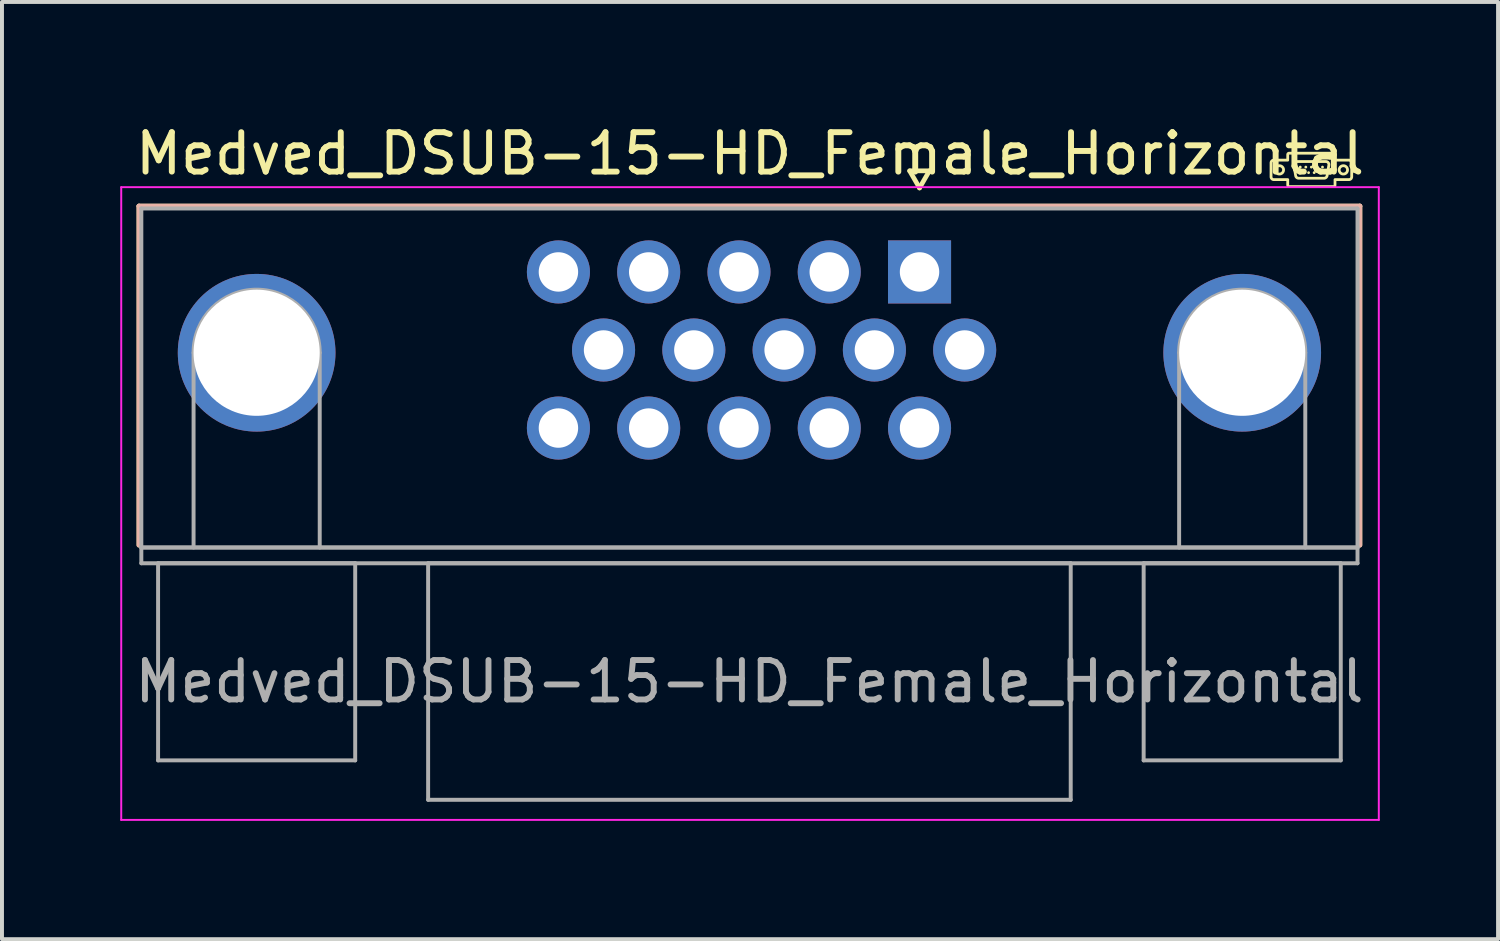
<source format=kicad_pcb>
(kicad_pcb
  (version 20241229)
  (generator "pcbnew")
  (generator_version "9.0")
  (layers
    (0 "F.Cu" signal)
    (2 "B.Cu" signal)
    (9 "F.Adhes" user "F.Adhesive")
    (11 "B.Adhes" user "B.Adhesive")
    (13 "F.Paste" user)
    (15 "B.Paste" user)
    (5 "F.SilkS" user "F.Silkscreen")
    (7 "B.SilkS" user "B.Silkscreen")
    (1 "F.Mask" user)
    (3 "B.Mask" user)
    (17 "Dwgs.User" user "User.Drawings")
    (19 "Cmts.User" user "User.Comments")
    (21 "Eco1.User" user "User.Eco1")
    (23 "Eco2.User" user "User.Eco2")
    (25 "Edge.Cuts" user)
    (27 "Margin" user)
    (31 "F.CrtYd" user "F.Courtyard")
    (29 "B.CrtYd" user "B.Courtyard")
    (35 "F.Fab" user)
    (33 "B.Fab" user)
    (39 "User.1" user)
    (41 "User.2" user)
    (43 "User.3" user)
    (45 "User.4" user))
  (footprint "Medved_DSUB-15-HD_Female_Horizontal"
    (layer "F.Cu")
    (at 20.275 3.848)
    (property "Reference" "Medved_DSUB-15-HD_Female_Horizontal" (at -4.3 -3 0) (layer "F.SilkS") (effects (font (size 1 1) (thickness 0.15))))
    (attr through_hole)
    (fp_line (start -19.8 -1.67) (end 11.17 -1.67) (stroke (width 0.12) (type solid)) (layer "F.SilkS"))
    (fp_line (start -19.8 6.93) (end -19.8 -1.67) (stroke (width 0.12) (type solid)) (layer "F.SilkS"))
    (fp_line (start -0.25 -2.564) (end 0.25 -2.564) (stroke (width 0.12) (type solid)) (layer "F.SilkS"))
    (fp_line (start 0 -2.131) (end -0.25 -2.564) (stroke (width 0.12) (type solid)) (layer "F.SilkS"))
    (fp_line (start 0.25 -2.564) (end 0 -2.131) (stroke (width 0.12) (type solid)) (layer "F.SilkS"))
    (fp_line (start 11.17 -1.67) (end 11.17 6.93) (stroke (width 0.12) (type solid)) (layer "F.SilkS"))
    (fp_poly (pts (xy 9.659 -2.695) (xy 9.661 -2.695) (xy 9.663 -2.694) (xy 9.664 -2.694) (xy 9.666 -2.694) (xy 9.668 -2.693) (xy 9.669 -2.693) (xy 9.671 -2.692) (xy 9.672 -2.691) (xy 9.674 -2.69) (xy 9.675 -2.69) (xy 9.677 -2.689) (xy 9.678 -2.688) (xy 9.68 -2.687) (xy 9.681 -2.686) (xy 9.682 -2.684) (xy 9.683 -2.683) (xy 9.684 -2.682) (xy 9.685 -2.681) (xy 9.686 -2.679) (xy 9.687 -2.678) (xy 9.688 -2.676) (xy 9.689 -2.675) (xy 9.69 -2.673) (xy 9.69 -2.672) (xy 9.691 -2.67) (xy 9.691 -2.668) (xy 9.692 -2.667) (xy 9.692 -2.665) (xy 9.692 -2.663) (xy 9.692 -2.661) (xy 9.692 -2.659) (xy 9.692 -2.658) (xy 9.692 -2.656) (xy 9.692 -2.654) (xy 9.692 -2.652) (xy 9.691 -2.651) (xy 9.691 -2.649) (xy 9.69 -2.647) (xy 9.69 -2.646) (xy 9.689 -2.644) (xy 9.688 -2.643) (xy 9.687 -2.641) (xy 9.686 -2.64) (xy 9.685 -2.638) (xy 9.684 -2.637) (xy 9.683 -2.636) (xy 9.682 -2.634) (xy 9.681 -2.633) (xy 9.68 -2.632) (xy 9.678 -2.631) (xy 9.677 -2.63) (xy 9.675 -2.629) (xy 9.674 -2.628) (xy 9.672 -2.628) (xy 9.671 -2.627) (xy 9.669 -2.626) (xy 9.668 -2.626) (xy 9.666 -2.625) (xy 9.664 -2.625) (xy 9.663 -2.625) (xy 9.661 -2.624) (xy 9.659 -2.624) (xy 9.657 -2.624) (xy 9.655 -2.624) (xy 9.654 -2.624) (xy 9.652 -2.625) (xy 9.65 -2.625) (xy 9.648 -2.625) (xy 9.647 -2.626) (xy 9.645 -2.626) (xy 9.643 -2.627) (xy 9.642 -2.628) (xy 9.64 -2.628) (xy 9.639 -2.629) (xy 9.637 -2.63) (xy 9.636 -2.631) (xy 9.635 -2.632) (xy 9.633 -2.633) (xy 9.632 -2.634) (xy 9.631 -2.636) (xy 9.63 -2.637) (xy 9.629 -2.638) (xy 9.628 -2.64) (xy 9.627 -2.641) (xy 9.626 -2.643) (xy 9.625 -2.644) (xy 9.625 -2.646) (xy 9.624 -2.647) (xy 9.623 -2.649) (xy 9.623 -2.651) (xy 9.623 -2.652) (xy 9.622 -2.654) (xy 9.622 -2.656) (xy 9.622 -2.658) (xy 9.622 -2.659) (xy 9.622 -2.661) (xy 9.622 -2.663) (xy 9.622 -2.665) (xy 9.623 -2.667) (xy 9.623 -2.668) (xy 9.623 -2.67) (xy 9.624 -2.672) (xy 9.625 -2.673) (xy 9.625 -2.675) (xy 9.626 -2.676) (xy 9.627 -2.678) (xy 9.628 -2.679) (xy 9.629 -2.681) (xy 9.63 -2.682) (xy 9.631 -2.683) (xy 9.632 -2.684) (xy 9.633 -2.686) (xy 9.635 -2.687) (xy 9.636 -2.688) (xy 9.637 -2.689) (xy 9.639 -2.69) (xy 9.64 -2.69) (xy 9.642 -2.691) (xy 9.643 -2.692) (xy 9.645 -2.693) (xy 9.647 -2.693) (xy 9.648 -2.694) (xy 9.65 -2.694) (xy 9.652 -2.694) (xy 9.654 -2.695) (xy 9.655 -2.695) (xy 9.657 -2.695)) (stroke (width -0.000001) (type solid)) (fill yes) (layer "F.SilkS"))
    (fp_poly (pts (xy 9.73 -2.554) (xy 9.731 -2.553) (xy 9.733 -2.553) (xy 9.735 -2.553) (xy 9.737 -2.553) (xy 9.738 -2.552) (xy 9.74 -2.551) (xy 9.741 -2.551) (xy 9.743 -2.55) (xy 9.745 -2.549) (xy 9.746 -2.549) (xy 9.747 -2.548) (xy 9.749 -2.547) (xy 9.75 -2.546) (xy 9.751 -2.544) (xy 9.753 -2.543) (xy 9.754 -2.542) (xy 9.755 -2.541) (xy 9.756 -2.539) (xy 9.757 -2.538) (xy 9.758 -2.537) (xy 9.759 -2.535) (xy 9.759 -2.534) (xy 9.76 -2.532) (xy 9.761 -2.53) (xy 9.761 -2.529) (xy 9.762 -2.527) (xy 9.762 -2.525) (xy 9.763 -2.524) (xy 9.763 -2.522) (xy 9.763 -2.52) (xy 9.763 -2.518) (xy 9.763 -2.517) (xy 9.763 -2.515) (xy 9.763 -2.513) (xy 9.762 -2.511) (xy 9.762 -2.51) (xy 9.761 -2.508) (xy 9.761 -2.506) (xy 9.76 -2.505) (xy 9.759 -2.503) (xy 9.759 -2.502) (xy 9.758 -2.5) (xy 9.757 -2.499) (xy 9.756 -2.497) (xy 9.755 -2.496) (xy 9.754 -2.495) (xy 9.753 -2.493) (xy 9.751 -2.492) (xy 9.75 -2.491) (xy 9.749 -2.49) (xy 9.747 -2.489) (xy 9.746 -2.488) (xy 9.745 -2.487) (xy 9.743 -2.487) (xy 9.741 -2.486) (xy 9.74 -2.485) (xy 9.738 -2.485) (xy 9.737 -2.484) (xy 9.735 -2.484) (xy 9.733 -2.483) (xy 9.731 -2.483) (xy 9.73 -2.483) (xy 9.728 -2.483) (xy 9.726 -2.483) (xy 9.724 -2.483) (xy 9.722 -2.483) (xy 9.721 -2.484) (xy 9.719 -2.484) (xy 9.717 -2.485) (xy 9.716 -2.485) (xy 9.714 -2.486) (xy 9.712 -2.487) (xy 9.711 -2.487) (xy 9.709 -2.488) (xy 9.708 -2.489) (xy 9.707 -2.49) (xy 9.705 -2.491) (xy 9.704 -2.492) (xy 9.703 -2.493) (xy 9.702 -2.495) (xy 9.7 -2.496) (xy 9.699 -2.497) (xy 9.698 -2.499) (xy 9.698 -2.5) (xy 9.697 -2.502) (xy 9.696 -2.503) (xy 9.695 -2.505) (xy 9.695 -2.506) (xy 9.694 -2.508) (xy 9.694 -2.51) (xy 9.693 -2.511) (xy 9.693 -2.513) (xy 9.693 -2.515) (xy 9.692 -2.517) (xy 9.692 -2.518) (xy 9.692 -2.52) (xy 9.693 -2.522) (xy 9.693 -2.524) (xy 9.693 -2.525) (xy 9.694 -2.527) (xy 9.694 -2.529) (xy 9.695 -2.53) (xy 9.695 -2.532) (xy 9.696 -2.534) (xy 9.697 -2.535) (xy 9.698 -2.537) (xy 9.698 -2.538) (xy 9.699 -2.539) (xy 9.7 -2.541) (xy 9.702 -2.542) (xy 9.703 -2.543) (xy 9.704 -2.544) (xy 9.705 -2.546) (xy 9.707 -2.547) (xy 9.708 -2.548) (xy 9.709 -2.549) (xy 9.711 -2.549) (xy 9.712 -2.55) (xy 9.714 -2.551) (xy 9.716 -2.551) (xy 9.717 -2.552) (xy 9.719 -2.553) (xy 9.721 -2.553) (xy 9.722 -2.553) (xy 9.724 -2.553) (xy 9.726 -2.554) (xy 9.728 -2.554)) (stroke (width -0.000001) (type solid)) (fill yes) (layer "F.SilkS"))
    (fp_poly (pts (xy 9.8 -2.695) (xy 9.802 -2.695) (xy 9.804 -2.694) (xy 9.805 -2.694) (xy 9.807 -2.694) (xy 9.809 -2.693) (xy 9.81 -2.693) (xy 9.812 -2.692) (xy 9.814 -2.691) (xy 9.815 -2.69) (xy 9.817 -2.69) (xy 9.818 -2.689) (xy 9.819 -2.688) (xy 9.821 -2.687) (xy 9.822 -2.686) (xy 9.823 -2.684) (xy 9.824 -2.683) (xy 9.825 -2.682) (xy 9.827 -2.681) (xy 9.828 -2.679) (xy 9.828 -2.678) (xy 9.829 -2.676) (xy 9.83 -2.675) (xy 9.831 -2.673) (xy 9.831 -2.672) (xy 9.832 -2.67) (xy 9.832 -2.668) (xy 9.833 -2.667) (xy 9.833 -2.665) (xy 9.833 -2.663) (xy 9.833 -2.661) (xy 9.834 -2.659) (xy 9.833 -2.658) (xy 9.833 -2.656) (xy 9.833 -2.654) (xy 9.833 -2.652) (xy 9.832 -2.651) (xy 9.832 -2.649) (xy 9.831 -2.647) (xy 9.831 -2.646) (xy 9.83 -2.644) (xy 9.829 -2.643) (xy 9.828 -2.641) (xy 9.828 -2.64) (xy 9.827 -2.638) (xy 9.825 -2.637) (xy 9.824 -2.636) (xy 9.823 -2.634) (xy 9.822 -2.633) (xy 9.821 -2.632) (xy 9.819 -2.631) (xy 9.818 -2.63) (xy 9.817 -2.629) (xy 9.815 -2.628) (xy 9.814 -2.628) (xy 9.812 -2.627) (xy 9.81 -2.626) (xy 9.809 -2.626) (xy 9.807 -2.625) (xy 9.805 -2.625) (xy 9.804 -2.625) (xy 9.802 -2.624) (xy 9.8 -2.624) (xy 9.798 -2.624) (xy 9.796 -2.624) (xy 9.795 -2.624) (xy 9.793 -2.625) (xy 9.791 -2.625) (xy 9.789 -2.625) (xy 9.788 -2.626) (xy 9.786 -2.626) (xy 9.785 -2.627) (xy 9.783 -2.628) (xy 9.781 -2.628) (xy 9.78 -2.629) (xy 9.779 -2.63) (xy 9.777 -2.631) (xy 9.776 -2.632) (xy 9.775 -2.633) (xy 9.773 -2.634) (xy 9.772 -2.636) (xy 9.771 -2.637) (xy 9.77 -2.638) (xy 9.769 -2.64) (xy 9.768 -2.641) (xy 9.767 -2.643) (xy 9.766 -2.644) (xy 9.766 -2.646) (xy 9.765 -2.647) (xy 9.765 -2.649) (xy 9.764 -2.651) (xy 9.764 -2.652) (xy 9.763 -2.654) (xy 9.763 -2.656) (xy 9.763 -2.658) (xy 9.763 -2.659) (xy 9.763 -2.661) (xy 9.763 -2.663) (xy 9.763 -2.665) (xy 9.764 -2.667) (xy 9.764 -2.668) (xy 9.765 -2.67) (xy 9.765 -2.672) (xy 9.766 -2.673) (xy 9.766 -2.675) (xy 9.767 -2.676) (xy 9.768 -2.678) (xy 9.769 -2.679) (xy 9.77 -2.681) (xy 9.771 -2.682) (xy 9.772 -2.683) (xy 9.773 -2.684) (xy 9.775 -2.686) (xy 9.776 -2.687) (xy 9.777 -2.688) (xy 9.779 -2.689) (xy 9.78 -2.69) (xy 9.781 -2.69) (xy 9.783 -2.691) (xy 9.785 -2.692) (xy 9.786 -2.693) (xy 9.788 -2.693) (xy 9.789 -2.694) (xy 9.791 -2.694) (xy 9.793 -2.694) (xy 9.795 -2.695) (xy 9.796 -2.695) (xy 9.798 -2.695)) (stroke (width -0.000001) (type solid)) (fill yes) (layer "F.SilkS"))
    (fp_poly (pts (xy 9.871 -2.554) (xy 9.872 -2.553) (xy 9.874 -2.553) (xy 9.876 -2.553) (xy 9.878 -2.553) (xy 9.879 -2.552) (xy 9.881 -2.551) (xy 9.883 -2.551) (xy 9.884 -2.55) (xy 9.886 -2.549) (xy 9.887 -2.549) (xy 9.889 -2.548) (xy 9.89 -2.547) (xy 9.891 -2.546) (xy 9.893 -2.544) (xy 9.894 -2.543) (xy 9.895 -2.542) (xy 9.896 -2.541) (xy 9.897 -2.539) (xy 9.898 -2.538) (xy 9.899 -2.537) (xy 9.9 -2.535) (xy 9.901 -2.534) (xy 9.901 -2.532) (xy 9.902 -2.53) (xy 9.902 -2.529) (xy 9.903 -2.527) (xy 9.903 -2.525) (xy 9.904 -2.524) (xy 9.904 -2.522) (xy 9.904 -2.52) (xy 9.904 -2.518) (xy 9.904 -2.517) (xy 9.904 -2.515) (xy 9.904 -2.513) (xy 9.903 -2.511) (xy 9.903 -2.51) (xy 9.902 -2.508) (xy 9.902 -2.506) (xy 9.901 -2.505) (xy 9.901 -2.503) (xy 9.9 -2.502) (xy 9.899 -2.5) (xy 9.898 -2.499) (xy 9.897 -2.497) (xy 9.896 -2.496) (xy 9.895 -2.495) (xy 9.894 -2.493) (xy 9.893 -2.492) (xy 9.891 -2.491) (xy 9.89 -2.49) (xy 9.889 -2.489) (xy 9.887 -2.488) (xy 9.886 -2.487) (xy 9.884 -2.487) (xy 9.883 -2.486) (xy 9.881 -2.485) (xy 9.879 -2.485) (xy 9.878 -2.484) (xy 9.876 -2.484) (xy 9.874 -2.483) (xy 9.872 -2.483) (xy 9.871 -2.483) (xy 9.869 -2.483) (xy 9.867 -2.483) (xy 9.865 -2.483) (xy 9.863 -2.483) (xy 9.862 -2.484) (xy 9.86 -2.484) (xy 9.858 -2.485) (xy 9.857 -2.485) (xy 9.855 -2.486) (xy 9.853 -2.487) (xy 9.852 -2.487) (xy 9.85 -2.488) (xy 9.849 -2.489) (xy 9.848 -2.49) (xy 9.846 -2.491) (xy 9.845 -2.492) (xy 9.844 -2.493) (xy 9.843 -2.495) (xy 9.842 -2.496) (xy 9.841 -2.497) (xy 9.84 -2.499) (xy 9.839 -2.5) (xy 9.838 -2.502) (xy 9.837 -2.503) (xy 9.836 -2.505) (xy 9.836 -2.506) (xy 9.835 -2.508) (xy 9.835 -2.51) (xy 9.834 -2.511) (xy 9.834 -2.513) (xy 9.834 -2.515) (xy 9.834 -2.517) (xy 9.834 -2.518) (xy 9.834 -2.52) (xy 9.834 -2.522) (xy 9.834 -2.524) (xy 9.834 -2.525) (xy 9.835 -2.527) (xy 9.835 -2.529) (xy 9.836 -2.53) (xy 9.836 -2.532) (xy 9.837 -2.534) (xy 9.838 -2.535) (xy 9.839 -2.537) (xy 9.84 -2.538) (xy 9.841 -2.539) (xy 9.842 -2.541) (xy 9.843 -2.542) (xy 9.844 -2.543) (xy 9.845 -2.544) (xy 9.846 -2.546) (xy 9.848 -2.547) (xy 9.849 -2.548) (xy 9.85 -2.549) (xy 9.852 -2.549) (xy 9.853 -2.55) (xy 9.855 -2.551) (xy 9.857 -2.551) (xy 9.858 -2.552) (xy 9.86 -2.553) (xy 9.862 -2.553) (xy 9.863 -2.553) (xy 9.865 -2.553) (xy 9.867 -2.554) (xy 9.869 -2.554)) (stroke (width -0.000001) (type solid)) (fill yes) (layer "F.SilkS"))
    (fp_poly (pts (xy 9.941 -2.695) (xy 9.943 -2.695) (xy 9.945 -2.694) (xy 9.946 -2.694) (xy 9.948 -2.694) (xy 9.95 -2.693) (xy 9.951 -2.693) (xy 9.953 -2.692) (xy 9.955 -2.691) (xy 9.956 -2.69) (xy 9.958 -2.69) (xy 9.959 -2.689) (xy 9.96 -2.688) (xy 9.962 -2.687) (xy 9.963 -2.686) (xy 9.964 -2.684) (xy 9.965 -2.683) (xy 9.967 -2.682) (xy 9.968 -2.681) (xy 9.969 -2.679) (xy 9.97 -2.678) (xy 9.97 -2.676) (xy 9.971 -2.675) (xy 9.972 -2.673) (xy 9.972 -2.672) (xy 9.973 -2.67) (xy 9.974 -2.668) (xy 9.974 -2.667) (xy 9.974 -2.665) (xy 9.974 -2.663) (xy 9.975 -2.661) (xy 9.975 -2.659) (xy 9.975 -2.658) (xy 9.974 -2.656) (xy 9.974 -2.654) (xy 9.974 -2.652) (xy 9.974 -2.651) (xy 9.973 -2.649) (xy 9.972 -2.647) (xy 9.972 -2.646) (xy 9.971 -2.644) (xy 9.97 -2.643) (xy 9.97 -2.641) (xy 9.969 -2.64) (xy 9.968 -2.638) (xy 9.967 -2.637) (xy 9.965 -2.636) (xy 9.964 -2.634) (xy 9.963 -2.633) (xy 9.962 -2.632) (xy 9.96 -2.631) (xy 9.959 -2.63) (xy 9.958 -2.629) (xy 9.956 -2.628) (xy 9.955 -2.628) (xy 9.953 -2.627) (xy 9.951 -2.626) (xy 9.95 -2.626) (xy 9.948 -2.625) (xy 9.946 -2.625) (xy 9.945 -2.625) (xy 9.943 -2.624) (xy 9.941 -2.624) (xy 9.939 -2.624) (xy 9.938 -2.624) (xy 9.936 -2.624) (xy 9.934 -2.625) (xy 9.932 -2.625) (xy 9.931 -2.625) (xy 9.929 -2.626) (xy 9.927 -2.626) (xy 9.926 -2.627) (xy 9.924 -2.628) (xy 9.923 -2.628) (xy 9.921 -2.629) (xy 9.92 -2.63) (xy 9.918 -2.631) (xy 9.917 -2.632) (xy 9.916 -2.633) (xy 9.914 -2.634) (xy 9.913 -2.636) (xy 9.912 -2.637) (xy 9.911 -2.638) (xy 9.91 -2.64) (xy 9.909 -2.641) (xy 9.908 -2.643) (xy 9.908 -2.644) (xy 9.907 -2.646) (xy 9.906 -2.647) (xy 9.906 -2.649) (xy 9.905 -2.651) (xy 9.905 -2.652) (xy 9.904 -2.654) (xy 9.904 -2.656) (xy 9.904 -2.658) (xy 9.904 -2.659) (xy 9.904 -2.661) (xy 9.904 -2.663) (xy 9.904 -2.665) (xy 9.905 -2.667) (xy 9.905 -2.668) (xy 9.906 -2.67) (xy 9.906 -2.672) (xy 9.907 -2.673) (xy 9.908 -2.675) (xy 9.908 -2.676) (xy 9.909 -2.678) (xy 9.91 -2.679) (xy 9.911 -2.681) (xy 9.912 -2.682) (xy 9.913 -2.683) (xy 9.914 -2.684) (xy 9.916 -2.686) (xy 9.917 -2.687) (xy 9.918 -2.688) (xy 9.92 -2.689) (xy 9.921 -2.69) (xy 9.923 -2.69) (xy 9.924 -2.691) (xy 9.926 -2.692) (xy 9.927 -2.693) (xy 9.929 -2.693) (xy 9.931 -2.694) (xy 9.932 -2.694) (xy 9.934 -2.694) (xy 9.936 -2.695) (xy 9.938 -2.695) (xy 9.939 -2.695)) (stroke (width -0.000001) (type solid)) (fill yes) (layer "F.SilkS"))
    (fp_poly (pts (xy 10.012 -2.554) (xy 10.014 -2.553) (xy 10.015 -2.553) (xy 10.017 -2.553) (xy 10.019 -2.553) (xy 10.02 -2.552) (xy 10.022 -2.551) (xy 10.024 -2.551) (xy 10.025 -2.55) (xy 10.027 -2.549) (xy 10.028 -2.549) (xy 10.03 -2.548) (xy 10.031 -2.547) (xy 10.032 -2.546) (xy 10.034 -2.544) (xy 10.035 -2.543) (xy 10.036 -2.542) (xy 10.037 -2.541) (xy 10.038 -2.539) (xy 10.039 -2.538) (xy 10.04 -2.537) (xy 10.041 -2.535) (xy 10.042 -2.534) (xy 10.042 -2.532) (xy 10.043 -2.53) (xy 10.044 -2.529) (xy 10.044 -2.527) (xy 10.044 -2.525) (xy 10.045 -2.524) (xy 10.045 -2.522) (xy 10.045 -2.52) (xy 10.045 -2.518) (xy 10.045 -2.517) (xy 10.045 -2.515) (xy 10.045 -2.513) (xy 10.044 -2.511) (xy 10.044 -2.51) (xy 10.044 -2.508) (xy 10.043 -2.506) (xy 10.042 -2.505) (xy 10.042 -2.503) (xy 10.041 -2.502) (xy 10.04 -2.5) (xy 10.039 -2.499) (xy 10.038 -2.497) (xy 10.037 -2.496) (xy 10.036 -2.495) (xy 10.035 -2.493) (xy 10.034 -2.492) (xy 10.032 -2.491) (xy 10.031 -2.49) (xy 10.03 -2.489) (xy 10.028 -2.488) (xy 10.027 -2.487) (xy 10.025 -2.487) (xy 10.024 -2.486) (xy 10.022 -2.485) (xy 10.02 -2.485) (xy 10.019 -2.484) (xy 10.017 -2.484) (xy 10.015 -2.483) (xy 10.014 -2.483) (xy 10.012 -2.483) (xy 10.01 -2.483) (xy 10.008 -2.483) (xy 10.006 -2.483) (xy 10.005 -2.483) (xy 10.003 -2.484) (xy 10.001 -2.484) (xy 9.999 -2.485) (xy 9.998 -2.485) (xy 9.996 -2.486) (xy 9.995 -2.487) (xy 9.993 -2.487) (xy 9.992 -2.488) (xy 9.99 -2.489) (xy 9.989 -2.49) (xy 9.987 -2.491) (xy 9.986 -2.492) (xy 9.985 -2.493) (xy 9.984 -2.495) (xy 9.983 -2.496) (xy 9.982 -2.497) (xy 9.981 -2.499) (xy 9.98 -2.5) (xy 9.979 -2.502) (xy 9.978 -2.503) (xy 9.977 -2.505) (xy 9.977 -2.506) (xy 9.976 -2.508) (xy 9.976 -2.51) (xy 9.975 -2.511) (xy 9.975 -2.513) (xy 9.975 -2.515) (xy 9.975 -2.517) (xy 9.975 -2.518) (xy 9.975 -2.52) (xy 9.975 -2.522) (xy 9.975 -2.524) (xy 9.975 -2.525) (xy 9.976 -2.527) (xy 9.976 -2.529) (xy 9.977 -2.53) (xy 9.977 -2.532) (xy 9.978 -2.534) (xy 9.979 -2.535) (xy 9.98 -2.537) (xy 9.981 -2.538) (xy 9.982 -2.539) (xy 9.983 -2.541) (xy 9.984 -2.542) (xy 9.985 -2.543) (xy 9.986 -2.544) (xy 9.987 -2.546) (xy 9.989 -2.547) (xy 9.99 -2.548) (xy 9.992 -2.549) (xy 9.993 -2.549) (xy 9.995 -2.55) (xy 9.996 -2.551) (xy 9.998 -2.551) (xy 9.999 -2.552) (xy 10.001 -2.553) (xy 10.003 -2.553) (xy 10.005 -2.553) (xy 10.006 -2.553) (xy 10.008 -2.554) (xy 10.01 -2.554)) (stroke (width -0.000001) (type solid)) (fill yes) (layer "F.SilkS"))
    (fp_poly (pts (xy 10.082 -2.695) (xy 10.084 -2.695) (xy 10.086 -2.694) (xy 10.088 -2.694) (xy 10.089 -2.694) (xy 10.091 -2.693) (xy 10.093 -2.693) (xy 10.094 -2.692) (xy 10.096 -2.691) (xy 10.097 -2.69) (xy 10.099 -2.69) (xy 10.1 -2.689) (xy 10.102 -2.688) (xy 10.103 -2.687) (xy 10.104 -2.686) (xy 10.105 -2.684) (xy 10.107 -2.683) (xy 10.108 -2.682) (xy 10.109 -2.681) (xy 10.11 -2.679) (xy 10.111 -2.678) (xy 10.111 -2.676) (xy 10.112 -2.675) (xy 10.113 -2.673) (xy 10.114 -2.672) (xy 10.114 -2.67) (xy 10.115 -2.668) (xy 10.115 -2.667) (xy 10.115 -2.665) (xy 10.116 -2.663) (xy 10.116 -2.661) (xy 10.116 -2.659) (xy 10.116 -2.658) (xy 10.116 -2.656) (xy 10.115 -2.654) (xy 10.115 -2.652) (xy 10.115 -2.651) (xy 10.114 -2.649) (xy 10.114 -2.647) (xy 10.113 -2.646) (xy 10.112 -2.644) (xy 10.111 -2.643) (xy 10.111 -2.641) (xy 10.11 -2.64) (xy 10.109 -2.638) (xy 10.108 -2.637) (xy 10.107 -2.636) (xy 10.105 -2.634) (xy 10.104 -2.633) (xy 10.103 -2.632) (xy 10.102 -2.631) (xy 10.1 -2.63) (xy 10.099 -2.629) (xy 10.097 -2.628) (xy 10.096 -2.628) (xy 10.094 -2.627) (xy 10.093 -2.626) (xy 10.091 -2.626) (xy 10.089 -2.625) (xy 10.088 -2.625) (xy 10.086 -2.625) (xy 10.084 -2.624) (xy 10.082 -2.624) (xy 10.08 -2.624) (xy 10.079 -2.624) (xy 10.077 -2.624) (xy 10.075 -2.625) (xy 10.073 -2.625) (xy 10.072 -2.625) (xy 10.07 -2.626) (xy 10.068 -2.626) (xy 10.067 -2.627) (xy 10.065 -2.628) (xy 10.064 -2.628) (xy 10.062 -2.629) (xy 10.061 -2.63) (xy 10.059 -2.631) (xy 10.058 -2.632) (xy 10.057 -2.633) (xy 10.056 -2.634) (xy 10.054 -2.636) (xy 10.053 -2.637) (xy 10.052 -2.638) (xy 10.051 -2.64) (xy 10.05 -2.641) (xy 10.049 -2.643) (xy 10.049 -2.644) (xy 10.048 -2.646) (xy 10.047 -2.647) (xy 10.047 -2.649) (xy 10.046 -2.651) (xy 10.046 -2.652) (xy 10.046 -2.654) (xy 10.045 -2.656) (xy 10.045 -2.658) (xy 10.045 -2.659) (xy 10.045 -2.661) (xy 10.045 -2.663) (xy 10.046 -2.665) (xy 10.046 -2.667) (xy 10.046 -2.668) (xy 10.047 -2.67) (xy 10.047 -2.672) (xy 10.048 -2.673) (xy 10.049 -2.675) (xy 10.049 -2.676) (xy 10.05 -2.678) (xy 10.051 -2.679) (xy 10.052 -2.681) (xy 10.053 -2.682) (xy 10.054 -2.683) (xy 10.056 -2.684) (xy 10.057 -2.686) (xy 10.058 -2.687) (xy 10.059 -2.688) (xy 10.061 -2.689) (xy 10.062 -2.69) (xy 10.064 -2.69) (xy 10.065 -2.691) (xy 10.067 -2.692) (xy 10.068 -2.693) (xy 10.07 -2.693) (xy 10.072 -2.694) (xy 10.073 -2.694) (xy 10.075 -2.694) (xy 10.077 -2.695) (xy 10.079 -2.695) (xy 10.08 -2.695)) (stroke (width -0.000001) (type solid)) (fill yes) (layer "F.SilkS"))
    (fp_poly (pts (xy 10.153 -2.554) (xy 10.155 -2.553) (xy 10.156 -2.553) (xy 10.158 -2.553) (xy 10.16 -2.553) (xy 10.162 -2.552) (xy 10.163 -2.551) (xy 10.165 -2.551) (xy 10.166 -2.55) (xy 10.168 -2.549) (xy 10.169 -2.549) (xy 10.171 -2.548) (xy 10.172 -2.547) (xy 10.173 -2.546) (xy 10.175 -2.544) (xy 10.176 -2.543) (xy 10.177 -2.542) (xy 10.178 -2.541) (xy 10.179 -2.539) (xy 10.18 -2.538) (xy 10.181 -2.537) (xy 10.182 -2.535) (xy 10.183 -2.534) (xy 10.184 -2.532) (xy 10.184 -2.53) (xy 10.185 -2.529) (xy 10.185 -2.527) (xy 10.186 -2.525) (xy 10.186 -2.524) (xy 10.186 -2.522) (xy 10.186 -2.52) (xy 10.186 -2.518) (xy 10.186 -2.517) (xy 10.186 -2.515) (xy 10.186 -2.513) (xy 10.186 -2.511) (xy 10.185 -2.51) (xy 10.185 -2.508) (xy 10.184 -2.506) (xy 10.184 -2.505) (xy 10.183 -2.503) (xy 10.182 -2.502) (xy 10.181 -2.5) (xy 10.18 -2.499) (xy 10.179 -2.497) (xy 10.178 -2.496) (xy 10.177 -2.495) (xy 10.176 -2.493) (xy 10.175 -2.492) (xy 10.173 -2.491) (xy 10.172 -2.49) (xy 10.171 -2.489) (xy 10.169 -2.488) (xy 10.168 -2.487) (xy 10.166 -2.487) (xy 10.165 -2.486) (xy 10.163 -2.485) (xy 10.162 -2.485) (xy 10.16 -2.484) (xy 10.158 -2.484) (xy 10.156 -2.483) (xy 10.155 -2.483) (xy 10.153 -2.483) (xy 10.151 -2.483) (xy 10.149 -2.483) (xy 10.147 -2.483) (xy 10.146 -2.483) (xy 10.144 -2.484) (xy 10.142 -2.484) (xy 10.141 -2.485) (xy 10.139 -2.485) (xy 10.137 -2.486) (xy 10.136 -2.487) (xy 10.134 -2.487) (xy 10.133 -2.488) (xy 10.131 -2.489) (xy 10.13 -2.49) (xy 10.129 -2.491) (xy 10.127 -2.492) (xy 10.126 -2.493) (xy 10.125 -2.495) (xy 10.124 -2.496) (xy 10.123 -2.497) (xy 10.122 -2.499) (xy 10.121 -2.5) (xy 10.12 -2.502) (xy 10.119 -2.503) (xy 10.119 -2.505) (xy 10.118 -2.506) (xy 10.117 -2.508) (xy 10.117 -2.51) (xy 10.116 -2.511) (xy 10.116 -2.513) (xy 10.116 -2.515) (xy 10.116 -2.517) (xy 10.116 -2.518) (xy 10.116 -2.52) (xy 10.116 -2.522) (xy 10.116 -2.524) (xy 10.116 -2.525) (xy 10.117 -2.527) (xy 10.117 -2.529) (xy 10.118 -2.53) (xy 10.119 -2.532) (xy 10.119 -2.534) (xy 10.12 -2.535) (xy 10.121 -2.537) (xy 10.122 -2.538) (xy 10.123 -2.539) (xy 10.124 -2.541) (xy 10.125 -2.542) (xy 10.126 -2.543) (xy 10.127 -2.544) (xy 10.129 -2.546) (xy 10.13 -2.547) (xy 10.131 -2.548) (xy 10.133 -2.549) (xy 10.134 -2.549) (xy 10.136 -2.55) (xy 10.137 -2.551) (xy 10.139 -2.551) (xy 10.141 -2.552) (xy 10.142 -2.553) (xy 10.144 -2.553) (xy 10.146 -2.553) (xy 10.147 -2.553) (xy 10.149 -2.554) (xy 10.151 -2.554)) (stroke (width -0.000001) (type solid)) (fill yes) (layer "F.SilkS"))
    (fp_poly (pts (xy 10.223 -2.695) (xy 10.225 -2.695) (xy 10.227 -2.694) (xy 10.229 -2.694) (xy 10.23 -2.694) (xy 10.232 -2.693) (xy 10.234 -2.693) (xy 10.235 -2.692) (xy 10.237 -2.691) (xy 10.238 -2.69) (xy 10.24 -2.69) (xy 10.241 -2.689) (xy 10.243 -2.688) (xy 10.244 -2.687) (xy 10.245 -2.686) (xy 10.247 -2.684) (xy 10.248 -2.683) (xy 10.249 -2.682) (xy 10.25 -2.681) (xy 10.251 -2.679) (xy 10.252 -2.678) (xy 10.253 -2.676) (xy 10.253 -2.675) (xy 10.254 -2.673) (xy 10.255 -2.672) (xy 10.255 -2.67) (xy 10.256 -2.668) (xy 10.256 -2.667) (xy 10.256 -2.665) (xy 10.257 -2.663) (xy 10.257 -2.661) (xy 10.257 -2.659) (xy 10.257 -2.658) (xy 10.257 -2.656) (xy 10.256 -2.654) (xy 10.256 -2.652) (xy 10.256 -2.651) (xy 10.255 -2.649) (xy 10.255 -2.647) (xy 10.254 -2.646) (xy 10.253 -2.644) (xy 10.253 -2.643) (xy 10.252 -2.641) (xy 10.251 -2.64) (xy 10.25 -2.638) (xy 10.249 -2.637) (xy 10.248 -2.636) (xy 10.247 -2.634) (xy 10.245 -2.633) (xy 10.244 -2.632) (xy 10.243 -2.631) (xy 10.241 -2.63) (xy 10.24 -2.629) (xy 10.238 -2.628) (xy 10.237 -2.628) (xy 10.235 -2.627) (xy 10.234 -2.626) (xy 10.232 -2.626) (xy 10.23 -2.625) (xy 10.229 -2.625) (xy 10.227 -2.625) (xy 10.225 -2.624) (xy 10.223 -2.624) (xy 10.222 -2.624) (xy 10.22 -2.624) (xy 10.218 -2.624) (xy 10.216 -2.625) (xy 10.214 -2.625) (xy 10.213 -2.625) (xy 10.211 -2.626) (xy 10.209 -2.626) (xy 10.208 -2.627) (xy 10.206 -2.628) (xy 10.205 -2.628) (xy 10.203 -2.629) (xy 10.202 -2.63) (xy 10.2 -2.631) (xy 10.199 -2.632) (xy 10.198 -2.633) (xy 10.197 -2.634) (xy 10.195 -2.636) (xy 10.194 -2.637) (xy 10.193 -2.638) (xy 10.192 -2.64) (xy 10.191 -2.641) (xy 10.191 -2.643) (xy 10.19 -2.644) (xy 10.189 -2.646) (xy 10.188 -2.647) (xy 10.188 -2.649) (xy 10.187 -2.651) (xy 10.187 -2.652) (xy 10.187 -2.654) (xy 10.186 -2.656) (xy 10.186 -2.658) (xy 10.186 -2.659) (xy 10.186 -2.661) (xy 10.186 -2.663) (xy 10.187 -2.665) (xy 10.187 -2.667) (xy 10.187 -2.668) (xy 10.188 -2.67) (xy 10.188 -2.672) (xy 10.189 -2.673) (xy 10.19 -2.675) (xy 10.191 -2.676) (xy 10.191 -2.678) (xy 10.192 -2.679) (xy 10.193 -2.681) (xy 10.194 -2.682) (xy 10.195 -2.683) (xy 10.197 -2.684) (xy 10.198 -2.686) (xy 10.199 -2.687) (xy 10.2 -2.688) (xy 10.202 -2.689) (xy 10.203 -2.69) (xy 10.205 -2.69) (xy 10.206 -2.691) (xy 10.208 -2.692) (xy 10.209 -2.693) (xy 10.211 -2.693) (xy 10.213 -2.694) (xy 10.214 -2.694) (xy 10.216 -2.694) (xy 10.218 -2.695) (xy 10.22 -2.695) (xy 10.222 -2.695)) (stroke (width -0.000001) (type solid)) (fill yes) (layer "F.SilkS"))
    (fp_poly (pts (xy 9.135 -2.73) (xy 9.142 -2.729) (xy 9.149 -2.728) (xy 9.156 -2.727) (xy 9.163 -2.726) (xy 9.17 -2.724) (xy 9.176 -2.721) (xy 9.183 -2.719) (xy 9.189 -2.716) (xy 9.195 -2.713) (xy 9.201 -2.71) (xy 9.207 -2.706) (xy 9.212 -2.702) (xy 9.218 -2.698) (xy 9.223 -2.693) (xy 9.228 -2.689) (xy 9.232 -2.684) (xy 9.237 -2.679) (xy 9.241 -2.673) (xy 9.245 -2.668) (xy 9.249 -2.662) (xy 9.252 -2.656) (xy 9.255 -2.65) (xy 9.258 -2.644) (xy 9.261 -2.637) (xy 9.263 -2.631) (xy 9.265 -2.624) (xy 9.266 -2.617) (xy 9.267 -2.61) (xy 9.268 -2.603) (xy 9.269 -2.596) (xy 9.269 -2.589) (xy 9.269 -2.582) (xy 9.268 -2.574) (xy 9.267 -2.567) (xy 9.266 -2.56) (xy 9.265 -2.554) (xy 9.263 -2.547) (xy 9.261 -2.54) (xy 9.258 -2.534) (xy 9.255 -2.528) (xy 9.252 -2.522) (xy 9.249 -2.516) (xy 9.245 -2.51) (xy 9.241 -2.504) (xy 9.237 -2.499) (xy 9.232 -2.494) (xy 9.228 -2.489) (xy 9.223 -2.484) (xy 9.218 -2.48) (xy 9.212 -2.476) (xy 9.207 -2.472) (xy 9.201 -2.468) (xy 9.195 -2.465) (xy 9.189 -2.462) (xy 9.183 -2.459) (xy 9.176 -2.456) (xy 9.17 -2.454) (xy 9.163 -2.452) (xy 9.156 -2.451) (xy 9.149 -2.449) (xy 9.142 -2.449) (xy 9.135 -2.448) (xy 9.128 -2.448) (xy 9.121 -2.448) (xy 9.114 -2.449) (xy 9.106 -2.449) (xy 9.1 -2.451) (xy 9.093 -2.452) (xy 9.086 -2.454) (xy 9.079 -2.456) (xy 9.073 -2.459) (xy 9.067 -2.462) (xy 9.061 -2.465) (xy 9.055 -2.468) (xy 9.049 -2.472) (xy 9.044 -2.476) (xy 9.038 -2.48) (xy 9.033 -2.484) (xy 9.028 -2.489) (xy 9.024 -2.494) (xy 9.019 -2.499) (xy 9.015 -2.504) (xy 9.011 -2.51) (xy 9.007 -2.516) (xy 9.004 -2.522) (xy 9.001 -2.528) (xy 8.998 -2.534) (xy 8.995 -2.54) (xy 8.993 -2.547) (xy 8.991 -2.554) (xy 8.99 -2.56) (xy 8.988 -2.567) (xy 8.988 -2.574) (xy 8.987 -2.582) (xy 8.987 -2.589) (xy 9.057 -2.589) (xy 9.058 -2.585) (xy 9.058 -2.582) (xy 9.058 -2.578) (xy 9.059 -2.575) (xy 9.06 -2.571) (xy 9.061 -2.568) (xy 9.062 -2.565) (xy 9.063 -2.561) (xy 9.064 -2.558) (xy 9.066 -2.555) (xy 9.068 -2.552) (xy 9.069 -2.549) (xy 9.071 -2.547) (xy 9.074 -2.544) (xy 9.076 -2.541) (xy 9.078 -2.539) (xy 9.081 -2.537) (xy 9.083 -2.534) (xy 9.086 -2.532) (xy 9.089 -2.53) (xy 9.091 -2.529) (xy 9.094 -2.527) (xy 9.097 -2.525) (xy 9.101 -2.524) (xy 9.104 -2.523) (xy 9.107 -2.522) (xy 9.11 -2.521) (xy 9.114 -2.52) (xy 9.117 -2.519) (xy 9.121 -2.519) (xy 9.124 -2.518) (xy 9.128 -2.518) (xy 9.132 -2.518) (xy 9.135 -2.519) (xy 9.139 -2.519) (xy 9.142 -2.52) (xy 9.146 -2.521) (xy 9.149 -2.522) (xy 9.152 -2.523) (xy 9.155 -2.524) (xy 9.159 -2.525) (xy 9.162 -2.527) (xy 9.165 -2.529) (xy 9.167 -2.53) (xy 9.17 -2.532) (xy 9.173 -2.534) (xy 9.175 -2.537) (xy 9.178 -2.539) (xy 9.18 -2.541) (xy 9.182 -2.544) (xy 9.185 -2.547) (xy 9.186 -2.549) (xy 9.188 -2.552) (xy 9.19 -2.555) (xy 9.192 -2.558) (xy 9.193 -2.561) (xy 9.194 -2.565) (xy 9.195 -2.568) (xy 9.196 -2.571) (xy 9.197 -2.575) (xy 9.198 -2.578) (xy 9.198 -2.582) (xy 9.198 -2.585) (xy 9.199 -2.589) (xy 9.198 -2.593) (xy 9.198 -2.596) (xy 9.198 -2.6) (xy 9.197 -2.603) (xy 9.196 -2.607) (xy 9.195 -2.61) (xy 9.194 -2.613) (xy 9.193 -2.616) (xy 9.192 -2.619) (xy 9.19 -2.623) (xy 9.188 -2.625) (xy 9.186 -2.628) (xy 9.185 -2.631) (xy 9.182 -2.634) (xy 9.18 -2.636) (xy 9.178 -2.639) (xy 9.175 -2.641) (xy 9.173 -2.643) (xy 9.17 -2.645) (xy 9.167 -2.647) (xy 9.165 -2.649) (xy 9.162 -2.651) (xy 9.159 -2.652) (xy 9.155 -2.654) (xy 9.152 -2.655) (xy 9.149 -2.656) (xy 9.146 -2.657) (xy 9.142 -2.658) (xy 9.139 -2.659) (xy 9.135 -2.659) (xy 9.132 -2.659) (xy 9.128 -2.659) (xy 9.124 -2.659) (xy 9.121 -2.659) (xy 9.117 -2.659) (xy 9.114 -2.658) (xy 9.11 -2.657) (xy 9.107 -2.656) (xy 9.104 -2.655) (xy 9.101 -2.654) (xy 9.097 -2.652) (xy 9.094 -2.651) (xy 9.091 -2.649) (xy 9.089 -2.647) (xy 9.086 -2.645) (xy 9.083 -2.643) (xy 9.081 -2.641) (xy 9.078 -2.639) (xy 9.076 -2.636) (xy 9.074 -2.634) (xy 9.071 -2.631) (xy 9.069 -2.628) (xy 9.068 -2.625) (xy 9.066 -2.623) (xy 9.064 -2.619) (xy 9.063 -2.616) (xy 9.062 -2.613) (xy 9.061 -2.61) (xy 9.06 -2.607) (xy 9.059 -2.603) (xy 9.058 -2.6) (xy 9.058 -2.596) (xy 9.058 -2.593) (xy 9.057 -2.589) (xy 8.987 -2.589) (xy 8.987 -2.596) (xy 8.988 -2.603) (xy 8.988 -2.61) (xy 8.99 -2.617) (xy 8.991 -2.624) (xy 8.993 -2.631) (xy 8.995 -2.637) (xy 8.998 -2.644) (xy 9.001 -2.65) (xy 9.004 -2.656) (xy 9.007 -2.662) (xy 9.011 -2.668) (xy 9.015 -2.673) (xy 9.019 -2.679) (xy 9.024 -2.684) (xy 9.028 -2.689) (xy 9.033 -2.693) (xy 9.038 -2.698) (xy 9.044 -2.702) (xy 9.049 -2.706) (xy 9.055 -2.71) (xy 9.061 -2.713) (xy 9.067 -2.716) (xy 9.073 -2.719) (xy 9.079 -2.721) (xy 9.086 -2.724) (xy 9.093 -2.726) (xy 9.1 -2.727) (xy 9.106 -2.728) (xy 9.114 -2.729) (xy 9.121 -2.73) (xy 9.128 -2.73)) (stroke (width -0.000001) (type solid)) (fill yes) (layer "F.SilkS"))
    (fp_poly (pts (xy 10.758 -2.73) (xy 10.765 -2.729) (xy 10.772 -2.728) (xy 10.779 -2.727) (xy 10.786 -2.726) (xy 10.793 -2.724) (xy 10.799 -2.721) (xy 10.806 -2.719) (xy 10.812 -2.716) (xy 10.818 -2.713) (xy 10.824 -2.71) (xy 10.83 -2.706) (xy 10.835 -2.702) (xy 10.841 -2.698) (xy 10.846 -2.693) (xy 10.851 -2.689) (xy 10.855 -2.684) (xy 10.86 -2.679) (xy 10.864 -2.673) (xy 10.868 -2.668) (xy 10.871 -2.662) (xy 10.875 -2.656) (xy 10.878 -2.65) (xy 10.881 -2.644) (xy 10.883 -2.637) (xy 10.886 -2.631) (xy 10.887 -2.624) (xy 10.889 -2.617) (xy 10.89 -2.61) (xy 10.891 -2.603) (xy 10.892 -2.596) (xy 10.892 -2.589) (xy 10.892 -2.582) (xy 10.891 -2.574) (xy 10.89 -2.567) (xy 10.889 -2.56) (xy 10.887 -2.554) (xy 10.886 -2.547) (xy 10.883 -2.54) (xy 10.881 -2.534) (xy 10.878 -2.528) (xy 10.875 -2.522) (xy 10.871 -2.516) (xy 10.868 -2.51) (xy 10.864 -2.504) (xy 10.86 -2.499) (xy 10.855 -2.494) (xy 10.851 -2.489) (xy 10.846 -2.484) (xy 10.841 -2.48) (xy 10.835 -2.476) (xy 10.83 -2.472) (xy 10.824 -2.468) (xy 10.818 -2.465) (xy 10.812 -2.462) (xy 10.806 -2.459) (xy 10.799 -2.456) (xy 10.793 -2.454) (xy 10.786 -2.452) (xy 10.779 -2.451) (xy 10.772 -2.449) (xy 10.765 -2.449) (xy 10.758 -2.448) (xy 10.751 -2.448) (xy 10.743 -2.448) (xy 10.736 -2.449) (xy 10.729 -2.449) (xy 10.722 -2.451) (xy 10.715 -2.452) (xy 10.709 -2.454) (xy 10.702 -2.456) (xy 10.696 -2.459) (xy 10.69 -2.462) (xy 10.683 -2.465) (xy 10.678 -2.468) (xy 10.672 -2.472) (xy 10.666 -2.476) (xy 10.661 -2.48) (xy 10.656 -2.484) (xy 10.651 -2.489) (xy 10.646 -2.494) (xy 10.642 -2.499) (xy 10.638 -2.504) (xy 10.634 -2.51) (xy 10.63 -2.516) (xy 10.627 -2.522) (xy 10.624 -2.528) (xy 10.621 -2.534) (xy 10.618 -2.54) (xy 10.616 -2.547) (xy 10.614 -2.554) (xy 10.613 -2.56) (xy 10.611 -2.567) (xy 10.61 -2.574) (xy 10.61 -2.582) (xy 10.61 -2.589) (xy 10.68 -2.589) (xy 10.68 -2.585) (xy 10.681 -2.582) (xy 10.681 -2.578) (xy 10.682 -2.575) (xy 10.682 -2.571) (xy 10.683 -2.568) (xy 10.684 -2.565) (xy 10.686 -2.561) (xy 10.687 -2.558) (xy 10.689 -2.555) (xy 10.69 -2.552) (xy 10.692 -2.549) (xy 10.694 -2.547) (xy 10.696 -2.544) (xy 10.699 -2.541) (xy 10.701 -2.539) (xy 10.703 -2.537) (xy 10.706 -2.534) (xy 10.709 -2.532) (xy 10.711 -2.53) (xy 10.714 -2.529) (xy 10.717 -2.527) (xy 10.72 -2.525) (xy 10.723 -2.524) (xy 10.726 -2.523) (xy 10.73 -2.522) (xy 10.733 -2.521) (xy 10.737 -2.52) (xy 10.74 -2.519) (xy 10.744 -2.519) (xy 10.747 -2.518) (xy 10.751 -2.518) (xy 10.754 -2.518) (xy 10.758 -2.519) (xy 10.761 -2.519) (xy 10.765 -2.52) (xy 10.768 -2.521) (xy 10.772 -2.522) (xy 10.775 -2.523) (xy 10.778 -2.524) (xy 10.781 -2.525) (xy 10.784 -2.527) (xy 10.787 -2.529) (xy 10.79 -2.53) (xy 10.793 -2.532) (xy 10.796 -2.534) (xy 10.798 -2.537) (xy 10.801 -2.539) (xy 10.803 -2.541) (xy 10.805 -2.544) (xy 10.807 -2.547) (xy 10.809 -2.549) (xy 10.811 -2.552) (xy 10.813 -2.555) (xy 10.814 -2.558) (xy 10.816 -2.561) (xy 10.817 -2.565) (xy 10.818 -2.568) (xy 10.819 -2.571) (xy 10.82 -2.575) (xy 10.82 -2.578) (xy 10.821 -2.582) (xy 10.821 -2.585) (xy 10.821 -2.589) (xy 10.821 -2.593) (xy 10.821 -2.596) (xy 10.82 -2.6) (xy 10.82 -2.603) (xy 10.819 -2.607) (xy 10.818 -2.61) (xy 10.817 -2.613) (xy 10.816 -2.616) (xy 10.814 -2.619) (xy 10.813 -2.623) (xy 10.811 -2.625) (xy 10.809 -2.628) (xy 10.807 -2.631) (xy 10.805 -2.634) (xy 10.803 -2.636) (xy 10.801 -2.639) (xy 10.798 -2.641) (xy 10.796 -2.643) (xy 10.793 -2.645) (xy 10.79 -2.647) (xy 10.787 -2.649) (xy 10.784 -2.651) (xy 10.781 -2.652) (xy 10.778 -2.654) (xy 10.775 -2.655) (xy 10.772 -2.656) (xy 10.768 -2.657) (xy 10.765 -2.658) (xy 10.761 -2.659) (xy 10.758 -2.659) (xy 10.754 -2.659) (xy 10.751 -2.659) (xy 10.747 -2.659) (xy 10.744 -2.659) (xy 10.74 -2.659) (xy 10.737 -2.658) (xy 10.733 -2.657) (xy 10.73 -2.656) (xy 10.726 -2.655) (xy 10.723 -2.654) (xy 10.72 -2.652) (xy 10.717 -2.651) (xy 10.714 -2.649) (xy 10.711 -2.647) (xy 10.709 -2.645) (xy 10.706 -2.643) (xy 10.703 -2.641) (xy 10.701 -2.639) (xy 10.699 -2.636) (xy 10.696 -2.634) (xy 10.694 -2.631) (xy 10.692 -2.628) (xy 10.69 -2.625) (xy 10.689 -2.623) (xy 10.687 -2.619) (xy 10.686 -2.616) (xy 10.684 -2.613) (xy 10.683 -2.61) (xy 10.682 -2.607) (xy 10.682 -2.603) (xy 10.681 -2.6) (xy 10.681 -2.596) (xy 10.68 -2.593) (xy 10.68 -2.589) (xy 10.61 -2.589) (xy 10.61 -2.596) (xy 10.61 -2.603) (xy 10.611 -2.61) (xy 10.613 -2.617) (xy 10.614 -2.624) (xy 10.616 -2.631) (xy 10.618 -2.637) (xy 10.621 -2.644) (xy 10.624 -2.65) (xy 10.627 -2.656) (xy 10.63 -2.662) (xy 10.634 -2.668) (xy 10.638 -2.673) (xy 10.642 -2.679) (xy 10.646 -2.684) (xy 10.651 -2.689) (xy 10.656 -2.693) (xy 10.661 -2.698) (xy 10.666 -2.702) (xy 10.672 -2.706) (xy 10.678 -2.71) (xy 10.683 -2.713) (xy 10.69 -2.716) (xy 10.696 -2.719) (xy 10.702 -2.721) (xy 10.709 -2.724) (xy 10.715 -2.726) (xy 10.722 -2.727) (xy 10.729 -2.728) (xy 10.736 -2.729) (xy 10.743 -2.73) (xy 10.751 -2.73)) (stroke (width -0.000001) (type solid)) (fill yes) (layer "F.SilkS"))
    (fp_poly (pts (xy 10.313 -2.836) (xy 10.319 -2.835) (xy 10.325 -2.834) (xy 10.331 -2.833) (xy 10.337 -2.831) (xy 10.343 -2.83) (xy 10.349 -2.827) (xy 10.355 -2.825) (xy 10.36 -2.822) (xy 10.365 -2.819) (xy 10.37 -2.816) (xy 10.375 -2.812) (xy 10.38 -2.809) (xy 10.384 -2.805) (xy 10.388 -2.8) (xy 10.392 -2.796) (xy 10.396 -2.791) (xy 10.4 -2.786) (xy 10.403 -2.781) (xy 10.406 -2.776) (xy 10.409 -2.771) (xy 10.411 -2.765) (xy 10.413 -2.76) (xy 10.415 -2.754) (xy 10.416 -2.748) (xy 10.418 -2.742) (xy 10.418 -2.736) (xy 10.419 -2.73) (xy 10.419 -2.723) (xy 10.419 -2.717) (xy 10.419 -2.711) (xy 10.418 -2.704) (xy 10.373 -2.436) (xy 10.372 -2.431) (xy 10.371 -2.426) (xy 10.37 -2.422) (xy 10.368 -2.417) (xy 10.366 -2.412) (xy 10.364 -2.408) (xy 10.362 -2.403) (xy 10.36 -2.399) (xy 10.357 -2.394) (xy 10.354 -2.39) (xy 10.351 -2.386) (xy 10.348 -2.383) (xy 10.345 -2.379) (xy 10.342 -2.375) (xy 10.338 -2.372) (xy 10.335 -2.369) (xy 10.331 -2.366) (xy 10.327 -2.363) (xy 10.323 -2.36) (xy 10.319 -2.357) (xy 10.314 -2.355) (xy 10.31 -2.353) (xy 10.306 -2.351) (xy 10.301 -2.349) (xy 10.296 -2.347) (xy 10.292 -2.346) (xy 10.287 -2.345) (xy 10.282 -2.344) (xy 10.277 -2.343) (xy 10.272 -2.342) (xy 10.267 -2.342) (xy 10.261 -2.342) (xy 9.617 -2.342) (xy 9.612 -2.342) (xy 9.607 -2.342) (xy 9.602 -2.343) (xy 9.597 -2.344) (xy 9.592 -2.345) (xy 9.587 -2.346) (xy 9.582 -2.347) (xy 9.578 -2.349) (xy 9.573 -2.351) (xy 9.569 -2.353) (xy 9.564 -2.355) (xy 9.56 -2.357) (xy 9.556 -2.36) (xy 9.552 -2.363) (xy 9.548 -2.366) (xy 9.544 -2.369) (xy 9.54 -2.372) (xy 9.537 -2.375) (xy 9.534 -2.379) (xy 9.53 -2.383) (xy 9.527 -2.386) (xy 9.524 -2.39) (xy 9.522 -2.394) (xy 9.519 -2.399) (xy 9.517 -2.403) (xy 9.515 -2.408) (xy 9.513 -2.412) (xy 9.511 -2.417) (xy 9.509 -2.422) (xy 9.508 -2.426) (xy 9.507 -2.431) (xy 9.506 -2.437) (xy 9.461 -2.704) (xy 9.46 -2.711) (xy 9.46 -2.717) (xy 9.46 -2.723) (xy 9.53 -2.723) (xy 9.53 -2.721) (xy 9.53 -2.718) (xy 9.531 -2.716) (xy 9.575 -2.448) (xy 9.576 -2.446) (xy 9.576 -2.444) (xy 9.577 -2.442) (xy 9.577 -2.441) (xy 9.578 -2.439) (xy 9.579 -2.437) (xy 9.579 -2.435) (xy 9.58 -2.434) (xy 9.581 -2.432) (xy 9.582 -2.431) (xy 9.583 -2.429) (xy 9.585 -2.428) (xy 9.586 -2.426) (xy 9.587 -2.425) (xy 9.588 -2.424) (xy 9.59 -2.423) (xy 9.591 -2.421) (xy 9.593 -2.42) (xy 9.594 -2.419) (xy 9.596 -2.418) (xy 9.597 -2.417) (xy 9.599 -2.417) (xy 9.601 -2.416) (xy 9.602 -2.415) (xy 9.604 -2.415) (xy 9.606 -2.414) (xy 9.608 -2.414) (xy 9.61 -2.413) (xy 9.612 -2.413) (xy 9.613 -2.413) (xy 9.615 -2.413) (xy 9.617 -2.412) (xy 10.261 -2.412) (xy 10.263 -2.413) (xy 10.265 -2.413) (xy 10.267 -2.413) (xy 10.269 -2.413) (xy 10.271 -2.414) (xy 10.273 -2.414) (xy 10.275 -2.415) (xy 10.276 -2.415) (xy 10.278 -2.416) (xy 10.28 -2.417) (xy 10.281 -2.417) (xy 10.283 -2.418) (xy 10.285 -2.419) (xy 10.286 -2.42) (xy 10.288 -2.421) (xy 10.289 -2.423) (xy 10.29 -2.424) (xy 10.292 -2.425) (xy 10.293 -2.426) (xy 10.294 -2.428) (xy 10.295 -2.429) (xy 10.296 -2.431) (xy 10.297 -2.432) (xy 10.298 -2.434) (xy 10.299 -2.436) (xy 10.3 -2.437) (xy 10.301 -2.439) (xy 10.302 -2.441) (xy 10.302 -2.442) (xy 10.303 -2.444) (xy 10.303 -2.446) (xy 10.303 -2.448) (xy 10.348 -2.716) (xy 10.348 -2.718) (xy 10.349 -2.721) (xy 10.349 -2.723) (xy 10.349 -2.725) (xy 10.348 -2.728) (xy 10.348 -2.73) (xy 10.348 -2.732) (xy 10.347 -2.734) (xy 10.346 -2.737) (xy 10.346 -2.739) (xy 10.345 -2.741) (xy 10.344 -2.743) (xy 10.342 -2.745) (xy 10.341 -2.747) (xy 10.34 -2.748) (xy 10.339 -2.75) (xy 10.337 -2.752) (xy 10.335 -2.753) (xy 10.334 -2.755) (xy 10.332 -2.756) (xy 10.33 -2.758) (xy 10.328 -2.759) (xy 10.326 -2.76) (xy 10.324 -2.761) (xy 10.322 -2.762) (xy 10.32 -2.763) (xy 10.318 -2.764) (xy 10.316 -2.764) (xy 10.313 -2.765) (xy 10.311 -2.765) (xy 10.309 -2.765) (xy 10.306 -2.765) (xy 9.573 -2.765) (xy 9.57 -2.765) (xy 9.568 -2.765) (xy 9.565 -2.765) (xy 9.563 -2.764) (xy 9.561 -2.764) (xy 9.559 -2.763) (xy 9.556 -2.762) (xy 9.554 -2.761) (xy 9.552 -2.76) (xy 9.55 -2.759) (xy 9.549 -2.758) (xy 9.547 -2.756) (xy 9.545 -2.755) (xy 9.543 -2.753) (xy 9.542 -2.752) (xy 9.54 -2.75) (xy 9.539 -2.748) (xy 9.537 -2.747) (xy 9.536 -2.745) (xy 9.535 -2.743) (xy 9.534 -2.741) (xy 9.533 -2.739) (xy 9.532 -2.737) (xy 9.532 -2.734) (xy 9.531 -2.732) (xy 9.531 -2.73) (xy 9.53 -2.728) (xy 9.53 -2.725) (xy 9.53 -2.723) (xy 9.46 -2.723) (xy 9.46 -2.723) (xy 9.46 -2.73) (xy 9.46 -2.736) (xy 9.461 -2.742) (xy 9.462 -2.748) (xy 9.464 -2.754) (xy 9.466 -2.76) (xy 9.468 -2.765) (xy 9.47 -2.771) (xy 9.473 -2.776) (xy 9.476 -2.781) (xy 9.479 -2.786) (xy 9.483 -2.791) (xy 9.486 -2.796) (xy 9.49 -2.8) (xy 9.495 -2.805) (xy 9.499 -2.809) (xy 9.504 -2.812) (xy 9.508 -2.816) (xy 9.513 -2.819) (xy 9.519 -2.822) (xy 9.524 -2.825) (xy 9.53 -2.827) (xy 9.535 -2.83) (xy 9.541 -2.831) (xy 9.547 -2.833) (xy 9.553 -2.834) (xy 9.56 -2.835) (xy 9.566 -2.836) (xy 9.573 -2.836) (xy 10.306 -2.836)) (stroke (width -0.000001) (type solid)) (fill yes) (layer "F.SilkS"))
    (fp_poly (pts (xy 10.507 -3.047) (xy 10.511 -3.047) (xy 10.515 -3.047) (xy 10.518 -3.046) (xy 10.521 -3.045) (xy 10.525 -3.044) (xy 10.528 -3.043) (xy 10.531 -3.042) (xy 10.534 -3.041) (xy 10.537 -3.039) (xy 10.54 -3.037) (xy 10.543 -3.035) (xy 10.546 -3.033) (xy 10.549 -3.031) (xy 10.551 -3.029) (xy 10.554 -3.027) (xy 10.556 -3.024) (xy 10.558 -3.022) (xy 10.56 -3.019) (xy 10.562 -3.016) (xy 10.564 -3.014) (xy 10.566 -3.011) (xy 10.567 -3.008) (xy 10.569 -3.004) (xy 10.57 -3.001) (xy 10.571 -2.998) (xy 10.572 -2.995) (xy 10.573 -2.991) (xy 10.574 -2.988) (xy 10.574 -2.984) (xy 10.574 -2.981) (xy 10.574 -2.977) (xy 10.574 -2.871) (xy 10.892 -2.871) (xy 10.897 -2.871) (xy 10.903 -2.871) (xy 10.908 -2.87) (xy 10.913 -2.869) (xy 10.918 -2.868) (xy 10.923 -2.866) (xy 10.928 -2.865) (xy 10.933 -2.863) (xy 10.938 -2.861) (xy 10.942 -2.858) (xy 10.947 -2.856) (xy 10.951 -2.853) (xy 10.955 -2.85) (xy 10.959 -2.847) (xy 10.963 -2.844) (xy 10.967 -2.84) (xy 10.97 -2.836) (xy 10.974 -2.833) (xy 10.977 -2.829) (xy 10.98 -2.824) (xy 10.982 -2.82) (xy 10.985 -2.816) (xy 10.987 -2.811) (xy 10.989 -2.806) (xy 10.991 -2.802) (xy 10.993 -2.797) (xy 10.994 -2.792) (xy 10.996 -2.787) (xy 10.996 -2.781) (xy 10.997 -2.776) (xy 10.998 -2.771) (xy 10.998 -2.765) (xy 10.998 -2.413) (xy 10.998 -2.407) (xy 10.997 -2.402) (xy 10.996 -2.396) (xy 10.996 -2.391) (xy 10.994 -2.386) (xy 10.993 -2.381) (xy 10.991 -2.376) (xy 10.989 -2.371) (xy 10.987 -2.367) (xy 10.985 -2.362) (xy 10.982 -2.358) (xy 10.98 -2.353) (xy 10.977 -2.349) (xy 10.974 -2.345) (xy 10.97 -2.341) (xy 10.967 -2.338) (xy 10.963 -2.334) (xy 10.959 -2.331) (xy 10.955 -2.328) (xy 10.951 -2.325) (xy 10.947 -2.322) (xy 10.942 -2.319) (xy 10.938 -2.317) (xy 10.933 -2.315) (xy 10.928 -2.313) (xy 10.923 -2.311) (xy 10.918 -2.31) (xy 10.913 -2.309) (xy 10.908 -2.308) (xy 10.903 -2.307) (xy 10.897 -2.307) (xy 10.892 -2.307) (xy 10.574 -2.307) (xy 10.574 -2.201) (xy 10.574 -2.197) (xy 10.574 -2.194) (xy 10.574 -2.19) (xy 10.573 -2.187) (xy 10.572 -2.183) (xy 10.571 -2.18) (xy 10.57 -2.177) (xy 10.569 -2.173) (xy 10.567 -2.17) (xy 10.566 -2.167) (xy 10.564 -2.164) (xy 10.562 -2.161) (xy 10.56 -2.159) (xy 10.558 -2.156) (xy 10.556 -2.153) (xy 10.554 -2.151) (xy 10.551 -2.149) (xy 10.549 -2.146) (xy 10.546 -2.144) (xy 10.543 -2.142) (xy 10.54 -2.14) (xy 10.537 -2.139) (xy 10.534 -2.137) (xy 10.531 -2.136) (xy 10.528 -2.135) (xy 10.525 -2.133) (xy 10.521 -2.132) (xy 10.518 -2.132) (xy 10.515 -2.131) (xy 10.511 -2.131) (xy 10.507 -2.13) (xy 10.504 -2.13) (xy 9.375 -2.13) (xy 9.371 -2.13) (xy 9.368 -2.131) (xy 9.364 -2.131) (xy 9.361 -2.132) (xy 9.357 -2.132) (xy 9.354 -2.133) (xy 9.351 -2.135) (xy 9.347 -2.136) (xy 9.344 -2.137) (xy 9.341 -2.139) (xy 9.338 -2.14) (xy 9.335 -2.142) (xy 9.333 -2.144) (xy 9.33 -2.146) (xy 9.327 -2.149) (xy 9.325 -2.151) (xy 9.323 -2.153) (xy 9.32 -2.156) (xy 9.318 -2.159) (xy 9.316 -2.161) (xy 9.315 -2.164) (xy 9.313 -2.167) (xy 9.311 -2.17) (xy 9.31 -2.173) (xy 9.309 -2.177) (xy 9.308 -2.18) (xy 9.307 -2.183) (xy 9.306 -2.187) (xy 9.305 -2.19) (xy 9.305 -2.194) (xy 9.304 -2.197) (xy 9.304 -2.201) (xy 9.304 -2.307) (xy 8.987 -2.307) (xy 8.981 -2.307) (xy 8.976 -2.307) (xy 8.971 -2.308) (xy 8.966 -2.309) (xy 8.96 -2.31) (xy 8.955 -2.311) (xy 8.95 -2.313) (xy 8.946 -2.315) (xy 8.941 -2.317) (xy 8.936 -2.319) (xy 8.932 -2.322) (xy 8.928 -2.325) (xy 8.924 -2.328) (xy 8.92 -2.331) (xy 8.916 -2.334) (xy 8.912 -2.338) (xy 8.909 -2.341) (xy 8.905 -2.345) (xy 8.902 -2.349) (xy 8.899 -2.353) (xy 8.896 -2.358) (xy 8.894 -2.362) (xy 8.891 -2.367) (xy 8.889 -2.371) (xy 8.887 -2.376) (xy 8.886 -2.381) (xy 8.884 -2.386) (xy 8.883 -2.391) (xy 8.882 -2.396) (xy 8.882 -2.402) (xy 8.881 -2.407) (xy 8.881 -2.413) (xy 8.881 -2.765) (xy 8.952 -2.765) (xy 8.952 -2.412) (xy 8.952 -2.411) (xy 8.952 -2.409) (xy 8.952 -2.407) (xy 8.952 -2.405) (xy 8.953 -2.404) (xy 8.953 -2.402) (xy 8.954 -2.4) (xy 8.954 -2.399) (xy 8.955 -2.397) (xy 8.956 -2.396) (xy 8.957 -2.394) (xy 8.958 -2.393) (xy 8.959 -2.391) (xy 8.96 -2.39) (xy 8.961 -2.389) (xy 8.962 -2.388) (xy 8.963 -2.386) (xy 8.964 -2.385) (xy 8.966 -2.384) (xy 8.967 -2.383) (xy 8.969 -2.382) (xy 8.97 -2.381) (xy 8.972 -2.381) (xy 8.973 -2.38) (xy 8.975 -2.379) (xy 8.976 -2.379) (xy 8.978 -2.378) (xy 8.98 -2.378) (xy 8.981 -2.378) (xy 8.983 -2.377) (xy 8.985 -2.377) (xy 8.987 -2.377) (xy 9.34 -2.377) (xy 9.341 -2.377) (xy 9.343 -2.377) (xy 9.345 -2.377) (xy 9.347 -2.377) (xy 9.348 -2.376) (xy 9.35 -2.376) (xy 9.352 -2.375) (xy 9.353 -2.374) (xy 9.355 -2.374) (xy 9.356 -2.373) (xy 9.358 -2.372) (xy 9.359 -2.371) (xy 9.361 -2.37) (xy 9.362 -2.369) (xy 9.363 -2.368) (xy 9.365 -2.367) (xy 9.366 -2.366) (xy 9.367 -2.364) (xy 9.368 -2.363) (xy 9.369 -2.362) (xy 9.37 -2.36) (xy 9.371 -2.359) (xy 9.371 -2.357) (xy 9.372 -2.356) (xy 9.373 -2.354) (xy 9.373 -2.352) (xy 9.374 -2.351) (xy 9.374 -2.349) (xy 9.375 -2.347) (xy 9.375 -2.346) (xy 9.375 -2.344) (xy 9.375 -2.342) (xy 9.375 -2.201) (xy 10.504 -2.201) (xy 10.504 -2.342) (xy 10.504 -2.344) (xy 10.504 -2.346) (xy 10.504 -2.347) (xy 10.505 -2.349) (xy 10.505 -2.351) (xy 10.505 -2.352) (xy 10.506 -2.354) (xy 10.507 -2.356) (xy 10.507 -2.357) (xy 10.508 -2.359) (xy 10.509 -2.36) (xy 10.51 -2.362) (xy 10.511 -2.363) (xy 10.512 -2.364) (xy 10.513 -2.366) (xy 10.514 -2.367) (xy 10.515 -2.368) (xy 10.517 -2.369) (xy 10.518 -2.37) (xy 10.519 -2.371) (xy 10.521 -2.372) (xy 10.522 -2.373) (xy 10.524 -2.374) (xy 10.525 -2.374) (xy 10.527 -2.375) (xy 10.529 -2.376) (xy 10.53 -2.376) (xy 10.532 -2.377) (xy 10.534 -2.377) (xy 10.535 -2.377) (xy 10.537 -2.377) (xy 10.539 -2.377) (xy 10.892 -2.377) (xy 10.894 -2.377) (xy 10.895 -2.377) (xy 10.897 -2.378) (xy 10.899 -2.378) (xy 10.901 -2.378) (xy 10.902 -2.379) (xy 10.904 -2.379) (xy 10.906 -2.38) (xy 10.907 -2.381) (xy 10.909 -2.381) (xy 10.91 -2.382) (xy 10.912 -2.383) (xy 10.913 -2.384) (xy 10.914 -2.385) (xy 10.916 -2.386) (xy 10.917 -2.388) (xy 10.918 -2.389) (xy 10.919 -2.39) (xy 10.92 -2.391) (xy 10.921 -2.393) (xy 10.922 -2.394) (xy 10.923 -2.396) (xy 10.924 -2.397) (xy 10.924 -2.399) (xy 10.925 -2.4) (xy 10.926 -2.402) (xy 10.926 -2.404) (xy 10.926 -2.405) (xy 10.927 -2.407) (xy 10.927 -2.409) (xy 10.927 -2.411) (xy 10.927 -2.412) (xy 10.927 -2.765) (xy 10.927 -2.767) (xy 10.927 -2.769) (xy 10.927 -2.771) (xy 10.926 -2.772) (xy 10.926 -2.774) (xy 10.926 -2.776) (xy 10.925 -2.777) (xy 10.924 -2.779) (xy 10.924 -2.781) (xy 10.923 -2.782) (xy 10.922 -2.784) (xy 10.921 -2.785) (xy 10.92 -2.786) (xy 10.919 -2.788) (xy 10.918 -2.789) (xy 10.917 -2.79) (xy 10.916 -2.791) (xy 10.914 -2.792) (xy 10.913 -2.794) (xy 10.912 -2.795) (xy 10.91 -2.795) (xy 10.909 -2.796) (xy 10.907 -2.797) (xy 10.906 -2.798) (xy 10.904 -2.798) (xy 10.902 -2.799) (xy 10.901 -2.799) (xy 10.899 -2.8) (xy 10.897 -2.8) (xy 10.895 -2.8) (xy 10.894 -2.801) (xy 10.892 -2.801) (xy 10.539 -2.801) (xy 10.537 -2.801) (xy 10.535 -2.801) (xy 10.534 -2.801) (xy 10.532 -2.801) (xy 10.53 -2.802) (xy 10.529 -2.802) (xy 10.527 -2.803) (xy 10.525 -2.803) (xy 10.524 -2.804) (xy 10.522 -2.805) (xy 10.521 -2.806) (xy 10.519 -2.807) (xy 10.518 -2.808) (xy 10.517 -2.809) (xy 10.515 -2.81) (xy 10.514 -2.811) (xy 10.513 -2.812) (xy 10.512 -2.813) (xy 10.511 -2.815) (xy 10.51 -2.816) (xy 10.509 -2.818) (xy 10.508 -2.819) (xy 10.507 -2.821) (xy 10.507 -2.822) (xy 10.506 -2.824) (xy 10.505 -2.825) (xy 10.505 -2.827) (xy 10.505 -2.829) (xy 10.504 -2.83) (xy 10.504 -2.832) (xy 10.504 -2.834) (xy 10.504 -2.836) (xy 10.504 -2.977) (xy 9.375 -2.977) (xy 9.375 -2.836) (xy 9.375 -2.834) (xy 9.375 -2.832) (xy 9.375 -2.83) (xy 9.374 -2.829) (xy 9.374 -2.827) (xy 9.373 -2.825) (xy 9.373 -2.824) (xy 9.372 -2.822) (xy 9.371 -2.821) (xy 9.371 -2.819) (xy 9.37 -2.818) (xy 9.369 -2.816) (xy 9.368 -2.815) (xy 9.367 -2.813) (xy 9.366 -2.812) (xy 9.365 -2.811) (xy 9.363 -2.81) (xy 9.362 -2.809) (xy 9.361 -2.808) (xy 9.359 -2.807) (xy 9.358 -2.806) (xy 9.356 -2.805) (xy 9.355 -2.804) (xy 9.353 -2.803) (xy 9.352 -2.803) (xy 9.35 -2.802) (xy 9.348 -2.802) (xy 9.347 -2.801) (xy 9.345 -2.801) (xy 9.343 -2.801) (xy 9.341 -2.801) (xy 9.34 -2.801) (xy 8.987 -2.801) (xy 8.985 -2.801) (xy 8.983 -2.8) (xy 8.981 -2.8) (xy 8.98 -2.8) (xy 8.978 -2.799) (xy 8.976 -2.799) (xy 8.975 -2.798) (xy 8.973 -2.798) (xy 8.972 -2.797) (xy 8.97 -2.796) (xy 8.969 -2.795) (xy 8.967 -2.795) (xy 8.966 -2.794) (xy 8.964 -2.792) (xy 8.963 -2.791) (xy 8.962 -2.79) (xy 8.961 -2.789) (xy 8.96 -2.788) (xy 8.959 -2.786) (xy 8.958 -2.785) (xy 8.957 -2.784) (xy 8.956 -2.782) (xy 8.955 -2.781) (xy 8.954 -2.779) (xy 8.954 -2.777) (xy 8.953 -2.776) (xy 8.953 -2.774) (xy 8.952 -2.772) (xy 8.952 -2.771) (xy 8.952 -2.769) (xy 8.952 -2.767) (xy 8.952 -2.765) (xy 8.881 -2.765) (xy 8.881 -2.765) (xy 8.881 -2.771) (xy 8.882 -2.776) (xy 8.882 -2.781) (xy 8.883 -2.787) (xy 8.884 -2.792) (xy 8.886 -2.797) (xy 8.887 -2.802) (xy 8.889 -2.806) (xy 8.891 -2.811) (xy 8.894 -2.816) (xy 8.896 -2.82) (xy 8.899 -2.824) (xy 8.902 -2.829) (xy 8.905 -2.833) (xy 8.909 -2.836) (xy 8.912 -2.84) (xy 8.916 -2.844) (xy 8.92 -2.847) (xy 8.924 -2.85) (xy 8.928 -2.853) (xy 8.932 -2.856) (xy 8.936 -2.858) (xy 8.941 -2.861) (xy 8.946 -2.863) (xy 8.95 -2.865) (xy 8.955 -2.866) (xy 8.96 -2.868) (xy 8.966 -2.869) (xy 8.971 -2.87) (xy 8.976 -2.871) (xy 8.981 -2.871) (xy 8.987 -2.871) (xy 9.304 -2.871) (xy 9.304 -2.977) (xy 9.304 -2.981) (xy 9.305 -2.984) (xy 9.305 -2.988) (xy 9.306 -2.991) (xy 9.307 -2.995) (xy 9.308 -2.998) (xy 9.309 -3.001) (xy 9.31 -3.004) (xy 9.311 -3.008) (xy 9.313 -3.011) (xy 9.315 -3.014) (xy 9.316 -3.016) (xy 9.318 -3.019) (xy 9.32 -3.022) (xy 9.323 -3.024) (xy 9.325 -3.027) (xy 9.327 -3.029) (xy 9.33 -3.031) (xy 9.333 -3.033) (xy 9.335 -3.035) (xy 9.338 -3.037) (xy 9.341 -3.039) (xy 9.344 -3.041) (xy 9.347 -3.042) (xy 9.351 -3.043) (xy 9.354 -3.044) (xy 9.357 -3.045) (xy 9.361 -3.046) (xy 9.364 -3.047) (xy 9.368 -3.047) (xy 9.371 -3.047) (xy 9.375 -3.048) (xy 10.504 -3.048)) (stroke (width -0.000001) (type solid)) (fill yes) (layer "F.SilkS"))
    (fp_line (start -19.8 -1.67) (end 11.17 -1.67) (stroke (width 0.12) (type solid)) (layer "B.SilkS"))
    (fp_line (start -19.8 6.93) (end -19.8 -1.67) (stroke (width 0.12) (type solid)) (layer "B.SilkS"))
    (fp_line (start 11.17 -1.67) (end 11.17 6.93) (stroke (width 0.12) (type solid)) (layer "B.SilkS"))
    (fp_line (start -20.25 -2.15) (end -20.25 13.9) (stroke (width 0.05) (type solid)) (layer "F.CrtYd"))
    (fp_line (start -20.25 13.9) (end 11.65 13.9) (stroke (width 0.05) (type solid)) (layer "F.CrtYd"))
    (fp_line (start 11.65 -2.15) (end -20.25 -2.15) (stroke (width 0.05) (type solid)) (layer "F.CrtYd"))
    (fp_line (start 11.65 13.9) (end 11.65 -2.15) (stroke (width 0.05) (type solid)) (layer "F.CrtYd"))
    (fp_line (start -19.74 -1.61) (end -19.74 6.99) (stroke (width 0.1) (type solid)) (layer "F.Fab"))
    (fp_line (start -19.74 6.99) (end -19.74 7.39) (stroke (width 0.1) (type solid)) (layer "F.Fab"))
    (fp_line (start -19.74 6.99) (end 11.11 6.99) (stroke (width 0.1) (type solid)) (layer "F.Fab"))
    (fp_line (start -19.74 7.39) (end 11.11 7.39) (stroke (width 0.1) (type solid)) (layer "F.Fab"))
    (fp_line (start -19.315 7.39) (end -19.315 12.39) (stroke (width 0.1) (type solid)) (layer "F.Fab"))
    (fp_line (start -19.315 12.39) (end -14.315 12.39) (stroke (width 0.1) (type solid)) (layer "F.Fab"))
    (fp_line (start -18.415 6.99) (end -18.415 2.05) (stroke (width 0.1) (type solid)) (layer "F.Fab"))
    (fp_line (start -15.215 6.99) (end -15.215 2.05) (stroke (width 0.1) (type solid)) (layer "F.Fab"))
    (fp_line (start -14.315 7.39) (end -19.315 7.39) (stroke (width 0.1) (type solid)) (layer "F.Fab"))
    (fp_line (start -14.315 12.39) (end -14.315 7.39) (stroke (width 0.1) (type solid)) (layer "F.Fab"))
    (fp_line (start -12.465 7.39) (end -12.465 13.39) (stroke (width 0.1) (type solid)) (layer "F.Fab"))
    (fp_line (start -12.465 13.39) (end 3.835 13.39) (stroke (width 0.1) (type solid)) (layer "F.Fab"))
    (fp_line (start 3.835 7.39) (end -12.465 7.39) (stroke (width 0.1) (type solid)) (layer "F.Fab"))
    (fp_line (start 3.835 13.39) (end 3.835 7.39) (stroke (width 0.1) (type solid)) (layer "F.Fab"))
    (fp_line (start 5.685 7.39) (end 5.685 12.39) (stroke (width 0.1) (type solid)) (layer "F.Fab"))
    (fp_line (start 5.685 12.39) (end 10.685 12.39) (stroke (width 0.1) (type solid)) (layer "F.Fab"))
    (fp_line (start 6.585 6.99) (end 6.585 2.05) (stroke (width 0.1) (type solid)) (layer "F.Fab"))
    (fp_line (start 9.785 6.99) (end 9.785 2.05) (stroke (width 0.1) (type solid)) (layer "F.Fab"))
    (fp_line (start 10.685 7.39) (end 5.685 7.39) (stroke (width 0.1) (type solid)) (layer "F.Fab"))
    (fp_line (start 10.685 12.39) (end 10.685 7.39) (stroke (width 0.1) (type solid)) (layer "F.Fab"))
    (fp_line (start 11.11 -1.61) (end -19.74 -1.61) (stroke (width 0.1) (type solid)) (layer "F.Fab"))
    (fp_line (start 11.11 6.99) (end -19.74 6.99) (stroke (width 0.1) (type solid)) (layer "F.Fab"))
    (fp_line (start 11.11 6.99) (end 11.11 -1.61) (stroke (width 0.1) (type solid)) (layer "F.Fab"))
    (fp_line (start 11.11 7.39) (end 11.11 6.99) (stroke (width 0.1) (type solid)) (layer "F.Fab"))
    (fp_arc (start -18.415 2.05) (mid -16.815 0.45) (end -15.215 2.05) (stroke (width 0.1) (type solid)) (layer "F.Fab"))
    (fp_arc (start 6.585 2.05) (mid 8.185 0.45) (end 9.785 2.05) (stroke (width 0.1) (type solid)) (layer "F.Fab"))
    (fp_text user "${REFERENCE}" (at -4.315 10.39 0) (layer "F.Fab") (effects (font (size 1 1) (thickness 0.15))))
    (pad "0" thru_hole circle (at -16.815 2.05) (size 4 4) (drill 3.2) (layers "*.Cu" "*.Mask"))
    (pad "0" thru_hole circle (at 8.185 2.05) (size 4 4) (drill 3.2) (layers "*.Cu" "*.Mask"))
    (pad "1" thru_hole rect (at 0 0) (size 1.6 1.6) (drill 1) (layers "*.Cu" "*.Mask"))
    (pad "2" thru_hole circle (at -2.29 0) (size 1.6 1.6) (drill 1) (layers "*.Cu" "*.Mask"))
    (pad "3" thru_hole circle (at -4.58 0) (size 1.6 1.6) (drill 1) (layers "*.Cu" "*.Mask"))
    (pad "4" thru_hole circle (at -6.87 0) (size 1.6 1.6) (drill 1) (layers "*.Cu" "*.Mask"))
    (pad "5" thru_hole circle (at -9.16 0) (size 1.6 1.6) (drill 1) (layers "*.Cu" "*.Mask"))
    (pad "6" thru_hole circle (at 1.145 1.98) (size 1.6 1.6) (drill 1) (layers "*.Cu" "*.Mask"))
    (pad "7" thru_hole circle (at -1.145 1.98) (size 1.6 1.6) (drill 1) (layers "*.Cu" "*.Mask"))
    (pad "8" thru_hole circle (at -3.435 1.98) (size 1.6 1.6) (drill 1) (layers "*.Cu" "*.Mask"))
    (pad "9" thru_hole circle (at -5.725 1.98) (size 1.6 1.6) (drill 1) (layers "*.Cu" "*.Mask"))
    (pad "10" thru_hole circle (at -8.015 1.98) (size 1.6 1.6) (drill 1) (layers "*.Cu" "*.Mask"))
    (pad "11" thru_hole circle (at 0 3.96) (size 1.6 1.6) (drill 1) (layers "*.Cu" "*.Mask"))
    (pad "12" thru_hole circle (at -2.29 3.96) (size 1.6 1.6) (drill 1) (layers "*.Cu" "*.Mask"))
    (pad "13" thru_hole circle (at -4.58 3.96) (size 1.6 1.6) (drill 1) (layers "*.Cu" "*.Mask"))
    (pad "14" thru_hole circle (at -6.87 3.96) (size 1.6 1.6) (drill 1) (layers "*.Cu" "*.Mask"))
    (pad "15" thru_hole circle (at -9.16 3.96) (size 1.6 1.6) (drill 1) (layers "*.Cu" "*.Mask")))
  (gr_rect
    (start -3 -3)
    (end 34.95 20.773)
    (stroke (width 0.1) (type default))
    (fill no)
    (layer "Edge.Cuts")))
</source>
